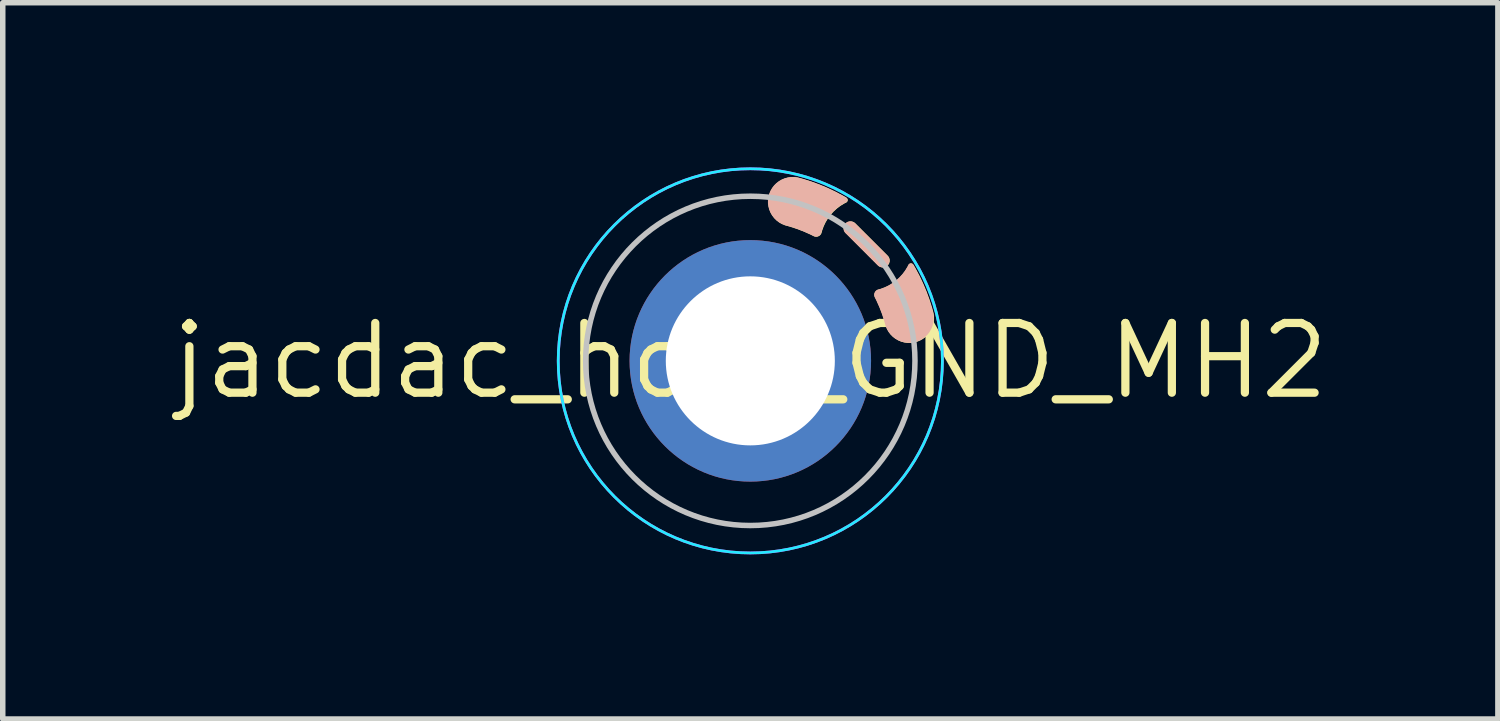
<source format=kicad_pcb>
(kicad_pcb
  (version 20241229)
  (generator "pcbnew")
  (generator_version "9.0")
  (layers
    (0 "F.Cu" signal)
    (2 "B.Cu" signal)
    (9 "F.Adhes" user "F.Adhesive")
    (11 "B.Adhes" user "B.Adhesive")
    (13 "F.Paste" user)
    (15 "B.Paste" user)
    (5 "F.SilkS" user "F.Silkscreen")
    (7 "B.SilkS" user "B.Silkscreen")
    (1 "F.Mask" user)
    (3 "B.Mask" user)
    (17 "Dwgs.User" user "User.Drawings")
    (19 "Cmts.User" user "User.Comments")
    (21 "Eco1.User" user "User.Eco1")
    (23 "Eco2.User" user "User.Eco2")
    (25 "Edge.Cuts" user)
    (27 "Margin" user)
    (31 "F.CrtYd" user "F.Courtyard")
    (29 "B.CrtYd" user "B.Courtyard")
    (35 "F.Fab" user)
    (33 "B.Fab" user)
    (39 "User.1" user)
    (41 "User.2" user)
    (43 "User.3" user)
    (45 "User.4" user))
  (footprint "jacdac_hole_GND_MH2"
    (layer "F.Cu")
    (at 10.621 3.525)
    (property "Reference" "jacdac_hole_GND_MH2" (at 0 0 0) (layer "F.SilkS") (effects (font (size 1.27 1.27) (thickness 0.15))))
    (attr through_hole)
    (fp_circle (center 0 0) (end 2.5 0) (stroke (width 0.1) (type solid)) (fill yes) (layer "F.Mask"))
    (fp_circle (center 0 0) (end 2.5 0) (stroke (width 0.1) (type solid)) (fill yes) (layer "B.Mask"))
    (fp_poly (pts (arc (start 1.915506 -2.503912) (mid 1.738729 -2.503913) (end 1.738729 -2.327135)) (arc (start 2.327135 -1.738729) (mid 2.503912 -1.73873) (end 2.503912 -1.915506))) (stroke (width 0) (type solid)) (fill yes) (layer "F.SilkS"))
    (fp_poly (pts (arc (start 1.156844 -2.27249) (mid 0.913403 -2.380797) (end 0.659989 -2.463111)) (arc (start 0.659989 -2.463111) (mid 0.341791 -3.014247) (end 0.892926 -3.332444)) (arc (start 0.892926 -3.332444) (mid 1.334087 -3.181621) (end 1.750884 -2.972693)) (arc (start 1.750884 -2.972693) (mid 1.775472 -2.927688) (end 1.747498 -2.884706)) (arc (start 1.747498 -2.884706) (mid 1.463371 -2.659468) (end 1.298959 -2.336314)) (arc (start 1.298959 -2.336314) (mid 1.243179 -2.270384) (end 1.156844 -2.27249))) (stroke (width 0) (type solid)) (fill yes) (layer "F.SilkS"))
    (fp_poly (pts (arc (start 2.336314 -1.298959) (mid 2.270384 -1.243179) (end 2.27249 -1.156844)) (arc (start 2.27249 -1.156844) (mid 2.380797 -0.913403) (end 2.463111 -0.659989)) (arc (start 2.463111 -0.659989) (mid 3.014246 -0.341792) (end 3.332444 -0.892926)) (arc (start 3.332444 -0.892926) (mid 3.181621 -1.334087) (end 2.972693 -1.750884)) (arc (start 2.972693 -1.750884) (mid 2.927688 -1.775472) (end 2.884706 -1.747498)) (arc (start 2.884706 -1.747498) (mid 2.659468 -1.463371) (end 2.336314 -1.298959))) (stroke (width 0) (type solid)) (fill yes) (layer "F.SilkS"))
    (fp_poly (pts (arc (start 1.909904 -2.505774) (mid 1.733127 -2.505775) (end 1.733127 -2.328997)) (arc (start 2.321533 -1.740591) (mid 2.49831 -1.740592) (end 2.49831 -1.917368))) (stroke (width 0) (type solid)) (fill yes) (layer "B.SilkS"))
    (fp_poly (pts (arc (start 1.151242 -2.274352) (mid 0.907801 -2.382659) (end 0.654387 -2.464973)) (arc (start 0.654387 -2.464973) (mid 0.336189 -3.016109) (end 0.887324 -3.334306)) (arc (start 0.887324 -3.334306) (mid 1.328485 -3.183483) (end 1.745282 -2.974555)) (arc (start 1.745282 -2.974555) (mid 1.76987 -2.92955) (end 1.741896 -2.886568)) (arc (start 1.741896 -2.886568) (mid 1.457769 -2.66133) (end 1.293357 -2.338176)) (arc (start 1.293357 -2.338176) (mid 1.237577 -2.272246) (end 1.151242 -2.274352))) (stroke (width 0) (type solid)) (fill yes) (layer "B.SilkS"))
    (fp_poly (pts (arc (start 2.330712 -1.300821) (mid 2.264782 -1.245041) (end 2.266888 -1.158706)) (arc (start 2.266888 -1.158706) (mid 2.375195 -0.915265) (end 2.457509 -0.661851)) (arc (start 2.457509 -0.661851) (mid 3.008644 -0.343654) (end 3.326842 -0.894788)) (arc (start 3.326842 -0.894788) (mid 3.176019 -1.335949) (end 2.967091 -1.752746)) (arc (start 2.967091 -1.752746) (mid 2.922086 -1.777334) (end 2.879104 -1.74936)) (arc (start 2.879104 -1.74936) (mid 2.653866 -1.465233) (end 2.330712 -1.300821))) (stroke (width 0) (type solid)) (fill yes) (layer "B.SilkS"))
    (fp_circle (center 0 0) (end 3 0) (stroke (width 0.1) (type solid)) (fill no) (layer "Dwgs.User"))
    (fp_circle (center 0 0) (end 3.5 0) (stroke (width 0.05) (type solid)) (fill no) (layer "B.CrtYd"))
    (fp_circle (center 0 0) (end 3.5 0) (stroke (width 0.05) (type solid)) (fill no) (layer "F.CrtYd"))
    (pad "MH2" thru_hole circle (at 0 0) (size 4.4 4.4) (drill 3.08) (layers "*.Cu" "*.Mask"))
    (zone (net_name "") (layers "F.Cu" "B.Cu") (hatch edge 0.508) (connect_pads) (min_thickness 0.254) (filled_areas_thickness no) (keepout (tracks allowed) (vias allowed) (pads allowed) (copperpour not_allowed) (footprints allowed)) (placement (enabled no)) (fill) (polygon (pts (xy 13.626 3.525) (xy 13.606 3.176) (xy 13.545 2.832) (xy 13.445 2.497) (xy 13.306 2.176) (xy 13.132 1.874) (xy 12.923 1.593) (xy 12.683 1.339) (xy 12.415 1.115) (xy 12.123 0.923) (xy 11.811 0.766) (xy 11.483 0.646) (xy 11.143 0.566) (xy 10.796 0.525) (xy 10.446 0.525) (xy 10.099 0.566) (xy 9.759 0.646) (xy 9.431 0.766) (xy 9.118 0.923) (xy 8.826 1.115) (xy 8.559 1.339) (xy 8.319 1.593) (xy 8.11 1.874) (xy 7.935 2.176) (xy 7.797 2.497) (xy 7.697 2.832) (xy 7.636 3.176) (xy 7.616 3.525) (xy 7.636 3.874) (xy 7.697 4.218) (xy 7.797 4.553) (xy 7.935 4.874) (xy 8.11 5.176) (xy 8.319 5.457) (xy 8.559 5.711) (xy 8.826 5.935) (xy 9.118 6.127) (xy 9.431 6.284) (xy 9.759 6.404) (xy 10.099 6.484) (xy 10.446 6.525) (xy 10.796 6.525) (xy 11.143 6.484) (xy 11.483 6.404) (xy 11.811 6.284) (xy 12.123 6.127) (xy 12.415 5.935) (xy 12.683 5.711) (xy 12.923 5.457) (xy 13.132 5.176) (xy 13.306 4.874) (xy 13.445 4.553) (xy 13.545 4.218) (xy 13.606 3.874)))))
  (gr_rect
    (start -3 -3)
    (end 24.242 10.05)
    (stroke (width 0.1) (type default))
    (fill no)
    (layer "Edge.Cuts")))
</source>
